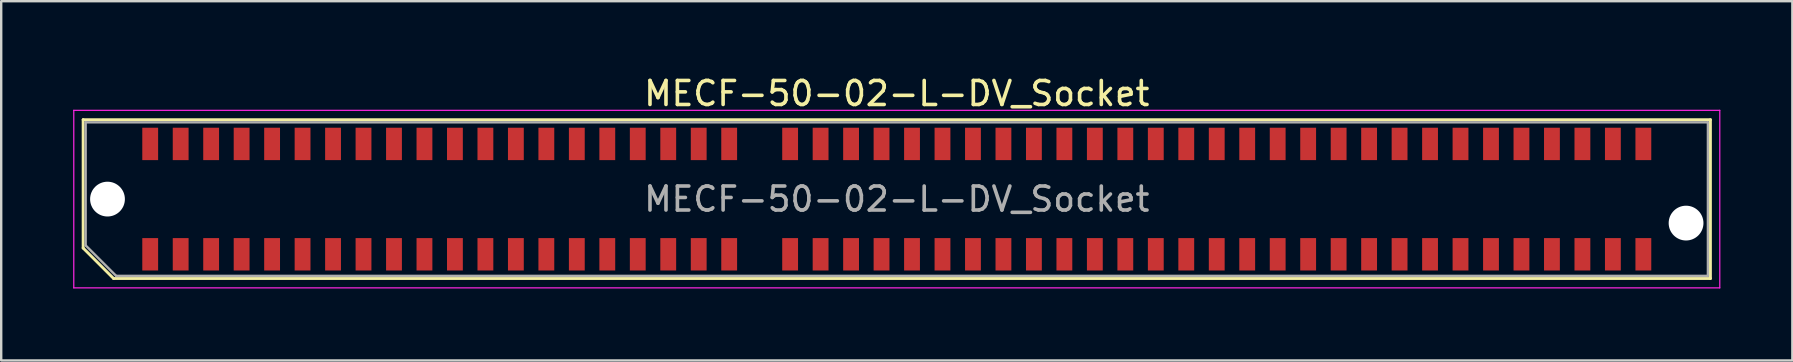
<source format=kicad_pcb>
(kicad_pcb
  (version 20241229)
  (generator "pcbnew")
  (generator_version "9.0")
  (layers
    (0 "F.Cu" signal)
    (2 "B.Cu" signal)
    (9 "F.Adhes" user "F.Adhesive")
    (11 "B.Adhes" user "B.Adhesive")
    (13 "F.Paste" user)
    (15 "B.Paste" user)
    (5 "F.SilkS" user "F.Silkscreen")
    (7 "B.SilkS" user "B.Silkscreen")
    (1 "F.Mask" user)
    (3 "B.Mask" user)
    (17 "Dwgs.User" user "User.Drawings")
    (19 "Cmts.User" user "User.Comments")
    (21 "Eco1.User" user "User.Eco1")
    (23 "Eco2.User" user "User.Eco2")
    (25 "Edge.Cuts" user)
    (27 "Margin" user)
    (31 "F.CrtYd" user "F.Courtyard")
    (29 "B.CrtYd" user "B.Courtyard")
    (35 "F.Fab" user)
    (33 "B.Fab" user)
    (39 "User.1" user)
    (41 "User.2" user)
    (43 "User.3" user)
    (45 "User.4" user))
  (footprint "MECF-50-02-L-DV_Socket"
    (layer "F.Cu")
    (at 34.325 5.248)
    (property "Reference" "MECF-50-02-L-DV_Socket" (at 0 -4.4 0) (layer "F.SilkS") (effects (font (size 1 1) (thickness 0.15))))
    (attr smd)
    (fp_line (start -33.91 -3.31) (end 33.91 -3.31) (stroke (width 0.12) (type solid)) (layer "F.SilkS"))
    (fp_line (start -33.91 2.04) (end -33.91 -3.31) (stroke (width 0.12) (type solid)) (layer "F.SilkS"))
    (fp_line (start -32.64 3.31) (end -33.91 2.04) (stroke (width 0.12) (type solid)) (layer "F.SilkS"))
    (fp_line (start -32.64 3.31) (end 33.91 3.31) (stroke (width 0.12) (type solid)) (layer "F.SilkS"))
    (fp_line (start 33.91 3.31) (end 33.91 -3.31) (stroke (width 0.12) (type solid)) (layer "F.SilkS"))
    (fp_line (start -34.3 -3.7) (end -34.3 3.7) (stroke (width 0.05) (type solid)) (layer "F.CrtYd"))
    (fp_line (start -34.3 3.7) (end 34.3 3.7) (stroke (width 0.05) (type solid)) (layer "F.CrtYd"))
    (fp_line (start 34.3 -3.7) (end -34.3 -3.7) (stroke (width 0.05) (type solid)) (layer "F.CrtYd"))
    (fp_line (start 34.3 3.7) (end 34.3 -3.7) (stroke (width 0.05) (type solid)) (layer "F.CrtYd"))
    (fp_line (start -33.805 -3.2) (end 33.805 -3.2) (stroke (width 0.1) (type solid)) (layer "F.Fab"))
    (fp_line (start -33.805 1.93) (end -33.805 -3.2) (stroke (width 0.1) (type solid)) (layer "F.Fab"))
    (fp_line (start -33.805 1.93) (end -32.535 3.2) (stroke (width 0.1) (type solid)) (layer "F.Fab"))
    (fp_line (start -32.535 3.2) (end 33.805 3.2) (stroke (width 0.1) (type solid)) (layer "F.Fab"))
    (fp_line (start 33.805 3.2) (end 33.805 -3.2) (stroke (width 0.1) (type solid)) (layer "F.Fab"))
    (fp_text user "${REFERENCE}" (at 0 0 0) (layer "F.Fab") (effects (font (size 1 1) (thickness 0.15))))
    (pad "" np_thru_hole circle (at -32.895 0) (size 1.45 1.45) (drill 1.45) (layers "*.Cu" "*.Mask"))
    (pad "" np_thru_hole circle (at 32.895 1) (size 1.45 1.45) (drill 1.45) (layers "*.Cu" "*.Mask"))
    (pad "1" smd rect (at -31.115 2.3) (size 0.66 1.35) (layers "F.Cu" "F.Mask" "F.Paste"))
    (pad "2" smd rect (at -31.115 -2.3) (size 0.66 1.35) (layers "F.Cu" "F.Mask" "F.Paste"))
    (pad "3" smd rect (at -29.845 2.3) (size 0.66 1.35) (layers "F.Cu" "F.Mask" "F.Paste"))
    (pad "4" smd rect (at -29.845 -2.3) (size 0.66 1.35) (layers "F.Cu" "F.Mask" "F.Paste"))
    (pad "5" smd rect (at -28.575 2.3) (size 0.66 1.35) (layers "F.Cu" "F.Mask" "F.Paste"))
    (pad "6" smd rect (at -28.575 -2.3) (size 0.66 1.35) (layers "F.Cu" "F.Mask" "F.Paste"))
    (pad "7" smd rect (at -27.305 2.3) (size 0.66 1.35) (layers "F.Cu" "F.Mask" "F.Paste"))
    (pad "8" smd rect (at -27.305 -2.3) (size 0.66 1.35) (layers "F.Cu" "F.Mask" "F.Paste"))
    (pad "9" smd rect (at -26.035 2.3) (size 0.66 1.35) (layers "F.Cu" "F.Mask" "F.Paste"))
    (pad "10" smd rect (at -26.035 -2.3) (size 0.66 1.35) (layers "F.Cu" "F.Mask" "F.Paste"))
    (pad "11" smd rect (at -24.765 2.3) (size 0.66 1.35) (layers "F.Cu" "F.Mask" "F.Paste"))
    (pad "12" smd rect (at -24.765 -2.3) (size 0.66 1.35) (layers "F.Cu" "F.Mask" "F.Paste"))
    (pad "13" smd rect (at -23.495 2.3) (size 0.66 1.35) (layers "F.Cu" "F.Mask" "F.Paste"))
    (pad "14" smd rect (at -23.495 -2.3) (size 0.66 1.35) (layers "F.Cu" "F.Mask" "F.Paste"))
    (pad "15" smd rect (at -22.225 2.3) (size 0.66 1.35) (layers "F.Cu" "F.Mask" "F.Paste"))
    (pad "16" smd rect (at -22.225 -2.3) (size 0.66 1.35) (layers "F.Cu" "F.Mask" "F.Paste"))
    (pad "17" smd rect (at -20.955 2.3) (size 0.66 1.35) (layers "F.Cu" "F.Mask" "F.Paste"))
    (pad "18" smd rect (at -20.955 -2.3) (size 0.66 1.35) (layers "F.Cu" "F.Mask" "F.Paste"))
    (pad "19" smd rect (at -19.685 2.3) (size 0.66 1.35) (layers "F.Cu" "F.Mask" "F.Paste"))
    (pad "20" smd rect (at -19.685 -2.3) (size 0.66 1.35) (layers "F.Cu" "F.Mask" "F.Paste"))
    (pad "21" smd rect (at -18.415 2.3) (size 0.66 1.35) (layers "F.Cu" "F.Mask" "F.Paste"))
    (pad "22" smd rect (at -18.415 -2.3) (size 0.66 1.35) (layers "F.Cu" "F.Mask" "F.Paste"))
    (pad "23" smd rect (at -17.145 2.3) (size 0.66 1.35) (layers "F.Cu" "F.Mask" "F.Paste"))
    (pad "24" smd rect (at -17.145 -2.3) (size 0.66 1.35) (layers "F.Cu" "F.Mask" "F.Paste"))
    (pad "25" smd rect (at -15.875 2.3) (size 0.66 1.35) (layers "F.Cu" "F.Mask" "F.Paste"))
    (pad "26" smd rect (at -15.875 -2.3) (size 0.66 1.35) (layers "F.Cu" "F.Mask" "F.Paste"))
    (pad "27" smd rect (at -14.605 2.3) (size 0.66 1.35) (layers "F.Cu" "F.Mask" "F.Paste"))
    (pad "28" smd rect (at -14.605 -2.3) (size 0.66 1.35) (layers "F.Cu" "F.Mask" "F.Paste"))
    (pad "29" smd rect (at -13.335 2.3) (size 0.66 1.35) (layers "F.Cu" "F.Mask" "F.Paste"))
    (pad "30" smd rect (at -13.335 -2.3) (size 0.66 1.35) (layers "F.Cu" "F.Mask" "F.Paste"))
    (pad "31" smd rect (at -12.065 2.3) (size 0.66 1.35) (layers "F.Cu" "F.Mask" "F.Paste"))
    (pad "32" smd rect (at -12.065 -2.3) (size 0.66 1.35) (layers "F.Cu" "F.Mask" "F.Paste"))
    (pad "33" smd rect (at -10.795 2.3) (size 0.66 1.35) (layers "F.Cu" "F.Mask" "F.Paste"))
    (pad "34" smd rect (at -10.795 -2.3) (size 0.66 1.35) (layers "F.Cu" "F.Mask" "F.Paste"))
    (pad "35" smd rect (at -9.525 2.3) (size 0.66 1.35) (layers "F.Cu" "F.Mask" "F.Paste"))
    (pad "36" smd rect (at -9.525 -2.3) (size 0.66 1.35) (layers "F.Cu" "F.Mask" "F.Paste"))
    (pad "37" smd rect (at -8.255 2.3) (size 0.66 1.35) (layers "F.Cu" "F.Mask" "F.Paste"))
    (pad "38" smd rect (at -8.255 -2.3) (size 0.66 1.35) (layers "F.Cu" "F.Mask" "F.Paste"))
    (pad "39" smd rect (at -6.985 2.3) (size 0.66 1.35) (layers "F.Cu" "F.Mask" "F.Paste"))
    (pad "40" smd rect (at -6.985 -2.3) (size 0.66 1.35) (layers "F.Cu" "F.Mask" "F.Paste"))
    (pad "43" smd rect (at -4.445 2.3) (size 0.66 1.35) (layers "F.Cu" "F.Mask" "F.Paste"))
    (pad "44" smd rect (at -4.445 -2.3) (size 0.66 1.35) (layers "F.Cu" "F.Mask" "F.Paste"))
    (pad "45" smd rect (at -3.175 2.3) (size 0.66 1.35) (layers "F.Cu" "F.Mask" "F.Paste"))
    (pad "46" smd rect (at -3.175 -2.3) (size 0.66 1.35) (layers "F.Cu" "F.Mask" "F.Paste"))
    (pad "47" smd rect (at -1.905 2.3) (size 0.66 1.35) (layers "F.Cu" "F.Mask" "F.Paste"))
    (pad "48" smd rect (at -1.905 -2.3) (size 0.66 1.35) (layers "F.Cu" "F.Mask" "F.Paste"))
    (pad "49" smd rect (at -0.635 2.3) (size 0.66 1.35) (layers "F.Cu" "F.Mask" "F.Paste"))
    (pad "50" smd rect (at -0.635 -2.3) (size 0.66 1.35) (layers "F.Cu" "F.Mask" "F.Paste"))
    (pad "51" smd rect (at 0.635 2.3) (size 0.66 1.35) (layers "F.Cu" "F.Mask" "F.Paste"))
    (pad "52" smd rect (at 0.635 -2.3) (size 0.66 1.35) (layers "F.Cu" "F.Mask" "F.Paste"))
    (pad "53" smd rect (at 1.905 2.3) (size 0.66 1.35) (layers "F.Cu" "F.Mask" "F.Paste"))
    (pad "54" smd rect (at 1.905 -2.3) (size 0.66 1.35) (layers "F.Cu" "F.Mask" "F.Paste"))
    (pad "55" smd rect (at 3.175 2.3) (size 0.66 1.35) (layers "F.Cu" "F.Mask" "F.Paste"))
    (pad "56" smd rect (at 3.175 -2.3) (size 0.66 1.35) (layers "F.Cu" "F.Mask" "F.Paste"))
    (pad "57" smd rect (at 4.445 2.3) (size 0.66 1.35) (layers "F.Cu" "F.Mask" "F.Paste"))
    (pad "58" smd rect (at 4.445 -2.3) (size 0.66 1.35) (layers "F.Cu" "F.Mask" "F.Paste"))
    (pad "59" smd rect (at 5.715 2.3) (size 0.66 1.35) (layers "F.Cu" "F.Mask" "F.Paste"))
    (pad "60" smd rect (at 5.715 -2.3) (size 0.66 1.35) (layers "F.Cu" "F.Mask" "F.Paste"))
    (pad "61" smd rect (at 6.985 2.3) (size 0.66 1.35) (layers "F.Cu" "F.Mask" "F.Paste"))
    (pad "62" smd rect (at 6.985 -2.3) (size 0.66 1.35) (layers "F.Cu" "F.Mask" "F.Paste"))
    (pad "63" smd rect (at 8.255 2.3) (size 0.66 1.35) (layers "F.Cu" "F.Mask" "F.Paste"))
    (pad "64" smd rect (at 8.255 -2.3) (size 0.66 1.35) (layers "F.Cu" "F.Mask" "F.Paste"))
    (pad "65" smd rect (at 9.525 2.3) (size 0.66 1.35) (layers "F.Cu" "F.Mask" "F.Paste"))
    (pad "66" smd rect (at 9.525 -2.3) (size 0.66 1.35) (layers "F.Cu" "F.Mask" "F.Paste"))
    (pad "67" smd rect (at 10.795 2.3) (size 0.66 1.35) (layers "F.Cu" "F.Mask" "F.Paste"))
    (pad "68" smd rect (at 10.795 -2.3) (size 0.66 1.35) (layers "F.Cu" "F.Mask" "F.Paste"))
    (pad "69" smd rect (at 12.065 2.3) (size 0.66 1.35) (layers "F.Cu" "F.Mask" "F.Paste"))
    (pad "70" smd rect (at 12.065 -2.3) (size 0.66 1.35) (layers "F.Cu" "F.Mask" "F.Paste"))
    (pad "71" smd rect (at 13.335 2.3) (size 0.66 1.35) (layers "F.Cu" "F.Mask" "F.Paste"))
    (pad "72" smd rect (at 13.335 -2.3) (size 0.66 1.35) (layers "F.Cu" "F.Mask" "F.Paste"))
    (pad "73" smd rect (at 14.605 2.3) (size 0.66 1.35) (layers "F.Cu" "F.Mask" "F.Paste"))
    (pad "74" smd rect (at 14.605 -2.3) (size 0.66 1.35) (layers "F.Cu" "F.Mask" "F.Paste"))
    (pad "75" smd rect (at 15.875 2.3) (size 0.66 1.35) (layers "F.Cu" "F.Mask" "F.Paste"))
    (pad "76" smd rect (at 15.875 -2.3) (size 0.66 1.35) (layers "F.Cu" "F.Mask" "F.Paste"))
    (pad "77" smd rect (at 17.145 2.3) (size 0.66 1.35) (layers "F.Cu" "F.Mask" "F.Paste"))
    (pad "78" smd rect (at 17.145 -2.3) (size 0.66 1.35) (layers "F.Cu" "F.Mask" "F.Paste"))
    (pad "79" smd rect (at 18.415 2.3) (size 0.66 1.35) (layers "F.Cu" "F.Mask" "F.Paste"))
    (pad "80" smd rect (at 18.415 -2.3) (size 0.66 1.35) (layers "F.Cu" "F.Mask" "F.Paste"))
    (pad "81" smd rect (at 19.685 2.3) (size 0.66 1.35) (layers "F.Cu" "F.Mask" "F.Paste"))
    (pad "82" smd rect (at 19.685 -2.3) (size 0.66 1.35) (layers "F.Cu" "F.Mask" "F.Paste"))
    (pad "83" smd rect (at 20.955 2.3) (size 0.66 1.35) (layers "F.Cu" "F.Mask" "F.Paste"))
    (pad "84" smd rect (at 20.955 -2.3) (size 0.66 1.35) (layers "F.Cu" "F.Mask" "F.Paste"))
    (pad "85" smd rect (at 22.225 2.3) (size 0.66 1.35) (layers "F.Cu" "F.Mask" "F.Paste"))
    (pad "86" smd rect (at 22.225 -2.3) (size 0.66 1.35) (layers "F.Cu" "F.Mask" "F.Paste"))
    (pad "87" smd rect (at 23.495 2.3) (size 0.66 1.35) (layers "F.Cu" "F.Mask" "F.Paste"))
    (pad "88" smd rect (at 23.495 -2.3) (size 0.66 1.35) (layers "F.Cu" "F.Mask" "F.Paste"))
    (pad "89" smd rect (at 24.765 2.3) (size 0.66 1.35) (layers "F.Cu" "F.Mask" "F.Paste"))
    (pad "90" smd rect (at 24.765 -2.3) (size 0.66 1.35) (layers "F.Cu" "F.Mask" "F.Paste"))
    (pad "91" smd rect (at 26.035 2.3) (size 0.66 1.35) (layers "F.Cu" "F.Mask" "F.Paste"))
    (pad "92" smd rect (at 26.035 -2.3) (size 0.66 1.35) (layers "F.Cu" "F.Mask" "F.Paste"))
    (pad "93" smd rect (at 27.305 2.3) (size 0.66 1.35) (layers "F.Cu" "F.Mask" "F.Paste"))
    (pad "94" smd rect (at 27.305 -2.3) (size 0.66 1.35) (layers "F.Cu" "F.Mask" "F.Paste"))
    (pad "95" smd rect (at 28.575 2.3) (size 0.66 1.35) (layers "F.Cu" "F.Mask" "F.Paste"))
    (pad "96" smd rect (at 28.575 -2.3) (size 0.66 1.35) (layers "F.Cu" "F.Mask" "F.Paste"))
    (pad "97" smd rect (at 29.845 2.3) (size 0.66 1.35) (layers "F.Cu" "F.Mask" "F.Paste"))
    (pad "98" smd rect (at 29.845 -2.3) (size 0.66 1.35) (layers "F.Cu" "F.Mask" "F.Paste"))
    (pad "99" smd rect (at 31.115 2.3) (size 0.66 1.35) (layers "F.Cu" "F.Mask" "F.Paste"))
    (pad "100" smd rect (at 31.115 -2.3) (size 0.66 1.35) (layers "F.Cu" "F.Mask" "F.Paste")))
  (gr_rect
    (start -3 -3)
    (end 71.65 11.973)
    (stroke (width 0.1) (type default))
    (fill no)
    (layer "Edge.Cuts")))
</source>
